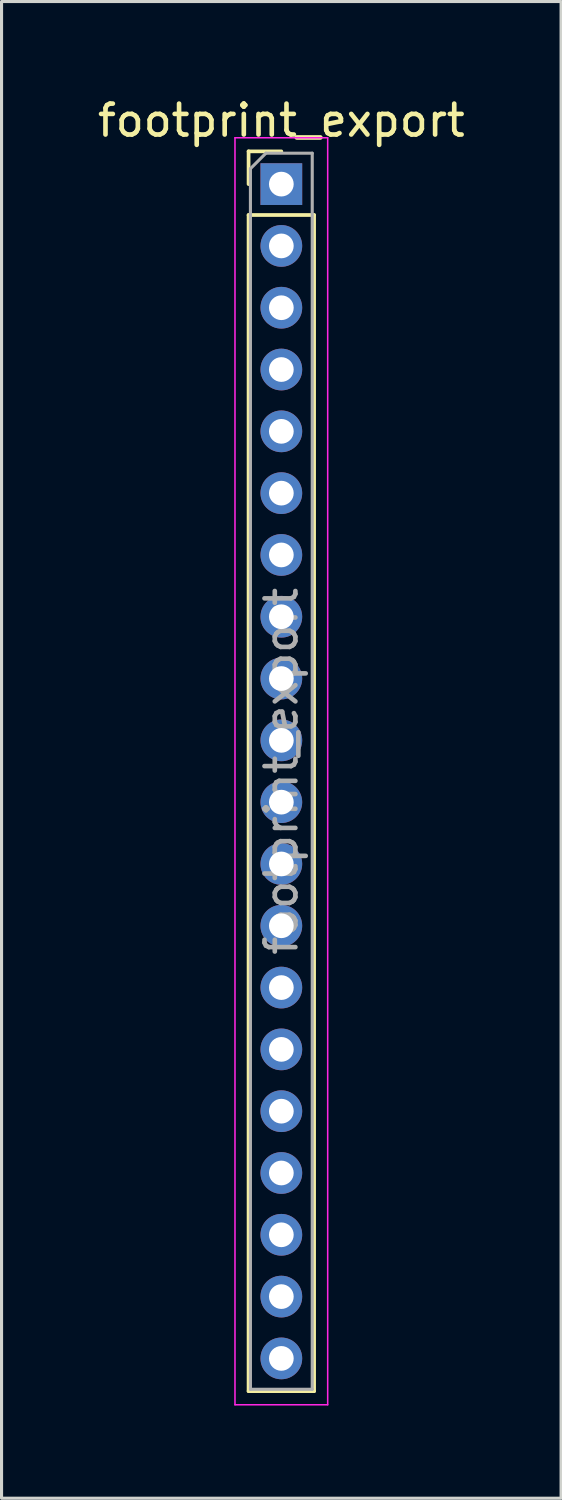
<source format=kicad_pcb>
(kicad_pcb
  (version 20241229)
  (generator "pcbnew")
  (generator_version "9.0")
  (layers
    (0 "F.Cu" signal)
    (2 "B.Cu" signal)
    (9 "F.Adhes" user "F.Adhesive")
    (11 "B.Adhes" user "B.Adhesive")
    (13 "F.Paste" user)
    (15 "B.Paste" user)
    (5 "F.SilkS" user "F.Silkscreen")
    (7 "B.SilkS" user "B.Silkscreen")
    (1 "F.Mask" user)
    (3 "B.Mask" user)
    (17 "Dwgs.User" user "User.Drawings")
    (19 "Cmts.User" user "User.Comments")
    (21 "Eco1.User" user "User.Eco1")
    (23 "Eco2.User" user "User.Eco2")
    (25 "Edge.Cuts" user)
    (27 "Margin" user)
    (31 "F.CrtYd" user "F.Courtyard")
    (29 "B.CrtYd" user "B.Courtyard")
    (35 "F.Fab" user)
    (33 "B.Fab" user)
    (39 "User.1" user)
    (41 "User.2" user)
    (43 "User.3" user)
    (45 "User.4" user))
  (footprint "footprint_export"
    (layer "F.Cu")
    (at 6.054 2.908)
    (property "Reference" "footprint_export" (at 0 -2.06 0) (layer "F.SilkS") (effects (font (size 1 1) (thickness 0.15))))
    (attr through_hole)
    (fp_line (start -1.06 -1.06) (end 0 -1.06) (stroke (width 0.12) (type solid)) (layer "F.SilkS"))
    (fp_line (start -1.06 0) (end -1.06 -1.06) (stroke (width 0.12) (type solid)) (layer "F.SilkS"))
    (fp_line (start -1.06 1) (end -1.06 39.06) (stroke (width 0.12) (type solid)) (layer "F.SilkS"))
    (fp_line (start -1.06 1) (end 1.06 1) (stroke (width 0.12) (type solid)) (layer "F.SilkS"))
    (fp_line (start -1.06 39.06) (end 1.06 39.06) (stroke (width 0.12) (type solid)) (layer "F.SilkS"))
    (fp_line (start 1.06 1) (end 1.06 39.06) (stroke (width 0.12) (type solid)) (layer "F.SilkS"))
    (fp_line (start -1.5 -1.5) (end -1.5 39.5) (stroke (width 0.05) (type solid)) (layer "F.CrtYd"))
    (fp_line (start -1.5 39.5) (end 1.5 39.5) (stroke (width 0.05) (type solid)) (layer "F.CrtYd"))
    (fp_line (start 1.5 -1.5) (end -1.5 -1.5) (stroke (width 0.05) (type solid)) (layer "F.CrtYd"))
    (fp_line (start 1.5 39.5) (end 1.5 -1.5) (stroke (width 0.05) (type solid)) (layer "F.CrtYd"))
    (fp_line (start -1 -0.5) (end -0.5 -1) (stroke (width 0.1) (type solid)) (layer "F.Fab"))
    (fp_line (start -1 39) (end -1 -0.5) (stroke (width 0.1) (type solid)) (layer "F.Fab"))
    (fp_line (start -0.5 -1) (end 1 -1) (stroke (width 0.1) (type solid)) (layer "F.Fab"))
    (fp_line (start 1 -1) (end 1 39) (stroke (width 0.1) (type solid)) (layer "F.Fab"))
    (fp_line (start 1 39) (end -1 39) (stroke (width 0.1) (type solid)) (layer "F.Fab"))
    (fp_text user "${REFERENCE}" (at 0 19 90) (layer "F.Fab") (effects (font (size 1 1) (thickness 0.15))))
    (pad "1" thru_hole rect (at 0 0) (size 1.35 1.35) (drill 0.8) (layers "*.Cu" "*.Mask"))
    (pad "2" thru_hole oval (at 0 2) (size 1.35 1.35) (drill 0.8) (layers "*.Cu" "*.Mask"))
    (pad "3" thru_hole oval (at 0 4) (size 1.35 1.35) (drill 0.8) (layers "*.Cu" "*.Mask"))
    (pad "4" thru_hole oval (at 0 6) (size 1.35 1.35) (drill 0.8) (layers "*.Cu" "*.Mask"))
    (pad "5" thru_hole oval (at 0 8) (size 1.35 1.35) (drill 0.8) (layers "*.Cu" "*.Mask"))
    (pad "6" thru_hole oval (at 0 10) (size 1.35 1.35) (drill 0.8) (layers "*.Cu" "*.Mask"))
    (pad "7" thru_hole oval (at 0 12) (size 1.35 1.35) (drill 0.8) (layers "*.Cu" "*.Mask"))
    (pad "8" thru_hole oval (at 0 14) (size 1.35 1.35) (drill 0.8) (layers "*.Cu" "*.Mask"))
    (pad "9" thru_hole oval (at 0 16) (size 1.35 1.35) (drill 0.8) (layers "*.Cu" "*.Mask"))
    (pad "10" thru_hole oval (at 0 18) (size 1.35 1.35) (drill 0.8) (layers "*.Cu" "*.Mask"))
    (pad "11" thru_hole oval (at 0 20) (size 1.35 1.35) (drill 0.8) (layers "*.Cu" "*.Mask"))
    (pad "12" thru_hole oval (at 0 22) (size 1.35 1.35) (drill 0.8) (layers "*.Cu" "*.Mask"))
    (pad "13" thru_hole oval (at 0 24) (size 1.35 1.35) (drill 0.8) (layers "*.Cu" "*.Mask"))
    (pad "14" thru_hole oval (at 0 26) (size 1.35 1.35) (drill 0.8) (layers "*.Cu" "*.Mask"))
    (pad "15" thru_hole oval (at 0 28) (size 1.35 1.35) (drill 0.8) (layers "*.Cu" "*.Mask"))
    (pad "16" thru_hole oval (at 0 30) (size 1.35 1.35) (drill 0.8) (layers "*.Cu" "*.Mask"))
    (pad "17" thru_hole oval (at 0 32) (size 1.35 1.35) (drill 0.8) (layers "*.Cu" "*.Mask"))
    (pad "18" thru_hole oval (at 0 34) (size 1.35 1.35) (drill 0.8) (layers "*.Cu" "*.Mask"))
    (pad "19" thru_hole oval (at 0 36) (size 1.35 1.35) (drill 0.8) (layers "*.Cu" "*.Mask"))
    (pad "20" thru_hole oval (at 0 38) (size 1.35 1.35) (drill 0.8) (layers "*.Cu" "*.Mask")))
  (gr_rect
    (start -3 -3)
    (end 15.107 45.433)
    (stroke (width 0.1) (type default))
    (fill no)
    (layer "Edge.Cuts")))
</source>
